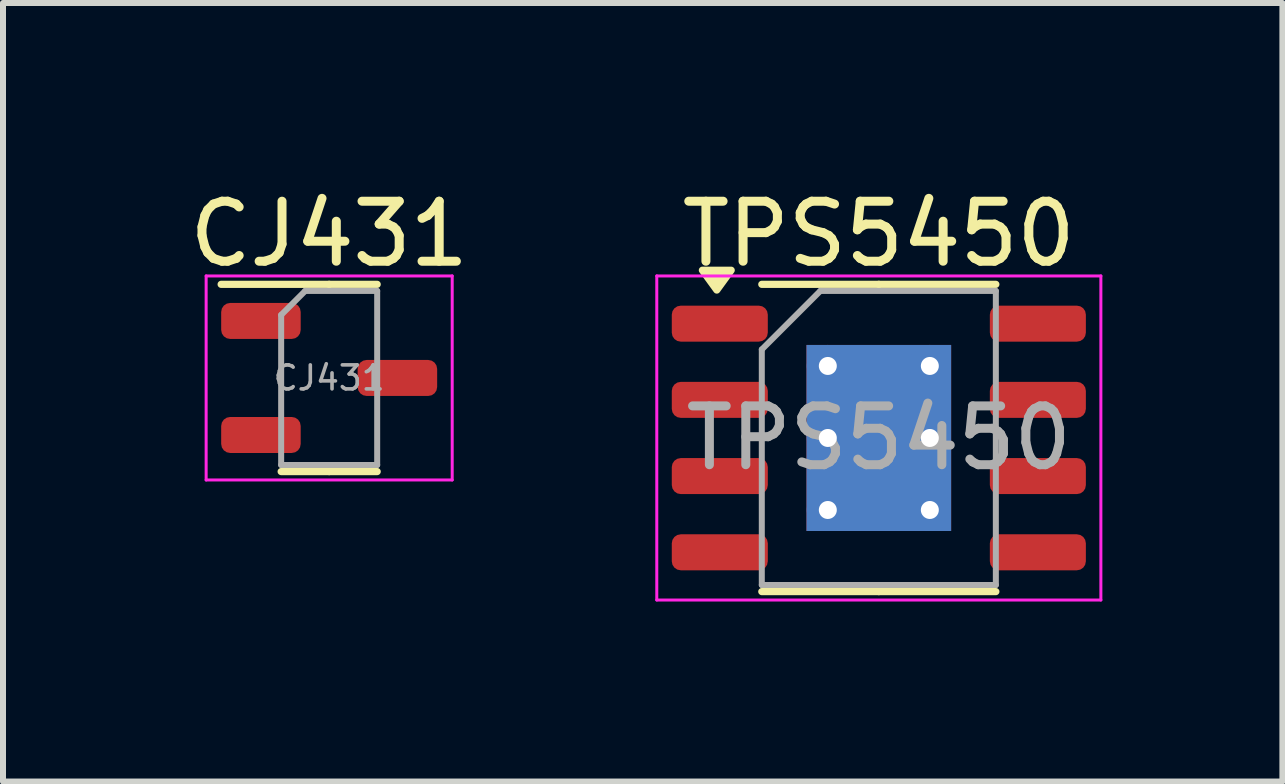
<source format=kicad_pcb>
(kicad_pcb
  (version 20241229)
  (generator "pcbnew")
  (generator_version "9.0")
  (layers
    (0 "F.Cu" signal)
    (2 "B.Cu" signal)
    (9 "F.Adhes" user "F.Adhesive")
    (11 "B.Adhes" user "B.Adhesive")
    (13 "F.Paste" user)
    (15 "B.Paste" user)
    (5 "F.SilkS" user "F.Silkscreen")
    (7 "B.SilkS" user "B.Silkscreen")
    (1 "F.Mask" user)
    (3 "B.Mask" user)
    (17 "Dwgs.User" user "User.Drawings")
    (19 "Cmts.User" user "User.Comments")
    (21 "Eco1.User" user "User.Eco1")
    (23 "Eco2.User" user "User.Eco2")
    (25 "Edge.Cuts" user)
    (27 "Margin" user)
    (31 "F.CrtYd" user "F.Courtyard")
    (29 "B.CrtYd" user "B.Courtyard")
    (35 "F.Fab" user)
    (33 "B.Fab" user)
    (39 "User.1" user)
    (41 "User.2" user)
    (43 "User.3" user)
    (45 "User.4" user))
  (footprint "TPS5450"
    (layer "F.Cu")
    (at 11.594 4.248)
    (property "Reference" "TPS5450" (at 0 -3.4 0) (layer "F.SilkS") (effects (font (size 1 1) (thickness 0.15))))
    (attr smd)
    (fp_line (start 0 -2.56) (end -1.95 -2.56) (stroke (width 0.12) (type solid)) (layer "F.SilkS"))
    (fp_line (start 0 -2.56) (end 1.95 -2.56) (stroke (width 0.12) (type solid)) (layer "F.SilkS"))
    (fp_line (start 0 2.56) (end -1.95 2.56) (stroke (width 0.12) (type solid)) (layer "F.SilkS"))
    (fp_line (start 0 2.56) (end 1.95 2.56) (stroke (width 0.12) (type solid)) (layer "F.SilkS"))
    (fp_poly (pts (xy -2.7 -2.465) (xy -2.94 -2.795) (xy -2.46 -2.795) (xy -2.7 -2.465)) (stroke (width 0.12) (type solid)) (fill yes) (layer "F.SilkS"))
    (fp_line (start -3.7 -2.7) (end -3.7 2.7) (stroke (width 0.05) (type solid)) (layer "F.CrtYd"))
    (fp_line (start -3.7 2.7) (end 3.7 2.7) (stroke (width 0.05) (type solid)) (layer "F.CrtYd"))
    (fp_line (start 3.7 -2.7) (end -3.7 -2.7) (stroke (width 0.05) (type solid)) (layer "F.CrtYd"))
    (fp_line (start 3.7 2.7) (end 3.7 -2.7) (stroke (width 0.05) (type solid)) (layer "F.CrtYd"))
    (fp_line (start -1.95 -1.475) (end -0.975 -2.45) (stroke (width 0.1) (type solid)) (layer "F.Fab"))
    (fp_line (start -1.95 2.45) (end -1.95 -1.475) (stroke (width 0.1) (type solid)) (layer "F.Fab"))
    (fp_line (start -0.975 -2.45) (end 1.95 -2.45) (stroke (width 0.1) (type solid)) (layer "F.Fab"))
    (fp_line (start 1.95 -2.45) (end 1.95 2.45) (stroke (width 0.1) (type solid)) (layer "F.Fab"))
    (fp_line (start 1.95 2.45) (end -1.95 2.45) (stroke (width 0.1) (type solid)) (layer "F.Fab"))
    (fp_text user "${REFERENCE}" (at 0 0 0) (layer "F.Fab") (effects (font (size 0.98 0.98) (thickness 0.15))))
    (pad "" smd roundrect (at -0.6 -0.775) (size 0.97 1.25) (layers "F.Paste") (roundrect_rratio 0.25))
    (pad "" smd roundrect (at -0.6 0.775) (size 0.97 1.25) (layers "F.Paste") (roundrect_rratio 0.25))
    (pad "" smd roundrect (at 0.6 -0.775) (size 0.97 1.25) (layers "F.Paste") (roundrect_rratio 0.25))
    (pad "" smd roundrect (at 0.6 0.775) (size 0.97 1.25) (layers "F.Paste") (roundrect_rratio 0.25))
    (pad "1" smd roundrect (at -2.65 -1.905) (size 1.6 0.6) (layers "F.Cu" "F.Mask" "F.Paste") (roundrect_rratio 0.25))
    (pad "2" smd roundrect (at -2.65 -0.635) (size 1.6 0.6) (layers "F.Cu" "F.Mask" "F.Paste") (roundrect_rratio 0.25))
    (pad "3" smd roundrect (at -2.65 0.635) (size 1.6 0.6) (layers "F.Cu" "F.Mask" "F.Paste") (roundrect_rratio 0.25))
    (pad "4" smd roundrect (at -2.65 1.905) (size 1.6 0.6) (layers "F.Cu" "F.Mask" "F.Paste") (roundrect_rratio 0.25))
    (pad "5" smd roundrect (at 2.65 1.905) (size 1.6 0.6) (layers "F.Cu" "F.Mask" "F.Paste") (roundrect_rratio 0.25))
    (pad "6" smd roundrect (at 2.65 0.635) (size 1.6 0.6) (layers "F.Cu" "F.Mask" "F.Paste") (roundrect_rratio 0.25))
    (pad "7" smd roundrect (at 2.65 -0.635) (size 1.6 0.6) (layers "F.Cu" "F.Mask" "F.Paste") (roundrect_rratio 0.25))
    (pad "8" smd roundrect (at 2.65 -1.905) (size 1.6 0.6) (layers "F.Cu" "F.Mask" "F.Paste") (roundrect_rratio 0.25))
    (pad "9" thru_hole circle (at -0.85 -1.2) (size 0.7 0.7) (drill 0.3) (property pad_prop_heatsink) (layers "*.Cu"))
    (pad "9" thru_hole circle (at -0.85 0) (size 0.7 0.7) (drill 0.3) (property pad_prop_heatsink) (layers "*.Cu"))
    (pad "9" thru_hole circle (at -0.85 1.2) (size 0.7 0.7) (drill 0.3) (property pad_prop_heatsink) (layers "*.Cu"))
    (pad "9" smd rect (at 0 0) (size 2.41 3.1) (property pad_prop_heatsink) (layers "F.Cu" "F.Mask"))
    (pad "9" smd rect (at 0 0) (size 2.41 3.1) (property pad_prop_heatsink) (layers "B.Cu"))
    (pad "9" thru_hole circle (at 0.85 -1.2) (size 0.7 0.7) (drill 0.3) (property pad_prop_heatsink) (layers "*.Cu"))
    (pad "9" thru_hole circle (at 0.85 0) (size 0.7 0.7) (drill 0.3) (property pad_prop_heatsink) (layers "*.Cu"))
    (pad "9" thru_hole circle (at 0.85 1.2) (size 0.7 0.7) (drill 0.3) (property pad_prop_heatsink) (layers "*.Cu")))
  (footprint "CJ431"
    (layer "F.Cu")
    (at 2.435 3.248)
    (property "Reference" "CJ431" (at 0 -2.4 0) (layer "F.SilkS") (effects (font (size 1 1) (thickness 0.15))))
    (attr smd)
    (fp_line (start 0 -1.56) (end -1.8 -1.56) (stroke (width 0.12) (type solid)) (layer "F.SilkS"))
    (fp_line (start 0 -1.56) (end 0.8 -1.56) (stroke (width 0.12) (type solid)) (layer "F.SilkS"))
    (fp_line (start 0 1.56) (end -0.8 1.56) (stroke (width 0.12) (type solid)) (layer "F.SilkS"))
    (fp_line (start 0 1.56) (end 0.8 1.56) (stroke (width 0.12) (type solid)) (layer "F.SilkS"))
    (fp_line (start -2.05 -1.7) (end -2.05 1.7) (stroke (width 0.05) (type solid)) (layer "F.CrtYd"))
    (fp_line (start -2.05 1.7) (end 2.05 1.7) (stroke (width 0.05) (type solid)) (layer "F.CrtYd"))
    (fp_line (start 2.05 -1.7) (end -2.05 -1.7) (stroke (width 0.05) (type solid)) (layer "F.CrtYd"))
    (fp_line (start 2.05 1.7) (end 2.05 -1.7) (stroke (width 0.05) (type solid)) (layer "F.CrtYd"))
    (fp_line (start -0.8 -1.05) (end -0.4 -1.45) (stroke (width 0.1) (type solid)) (layer "F.Fab"))
    (fp_line (start -0.8 1.45) (end -0.8 -1.05) (stroke (width 0.1) (type solid)) (layer "F.Fab"))
    (fp_line (start -0.4 -1.45) (end 0.8 -1.45) (stroke (width 0.1) (type solid)) (layer "F.Fab"))
    (fp_line (start 0.8 -1.45) (end 0.8 1.45) (stroke (width 0.1) (type solid)) (layer "F.Fab"))
    (fp_line (start 0.8 1.45) (end -0.8 1.45) (stroke (width 0.1) (type solid)) (layer "F.Fab"))
    (fp_text user "${REFERENCE}" (at 0 0 0) (layer "F.Fab") (effects (font (size 0.4 0.4) (thickness 0.06))))
    (pad "1" smd roundrect (at -1.137 -0.95) (size 1.325 0.6) (layers "F.Cu" "F.Mask" "F.Paste") (roundrect_rratio 0.25))
    (pad "2" smd roundrect (at -1.137 0.95) (size 1.325 0.6) (layers "F.Cu" "F.Mask" "F.Paste") (roundrect_rratio 0.25))
    (pad "3" smd roundrect (at 1.137 0) (size 1.325 0.6) (layers "F.Cu" "F.Mask" "F.Paste") (roundrect_rratio 0.25)))
  (gr_rect
    (start -3 -3)
    (end 18.319 9.973)
    (stroke (width 0.1) (type default))
    (fill no)
    (layer "Edge.Cuts")))
</source>
